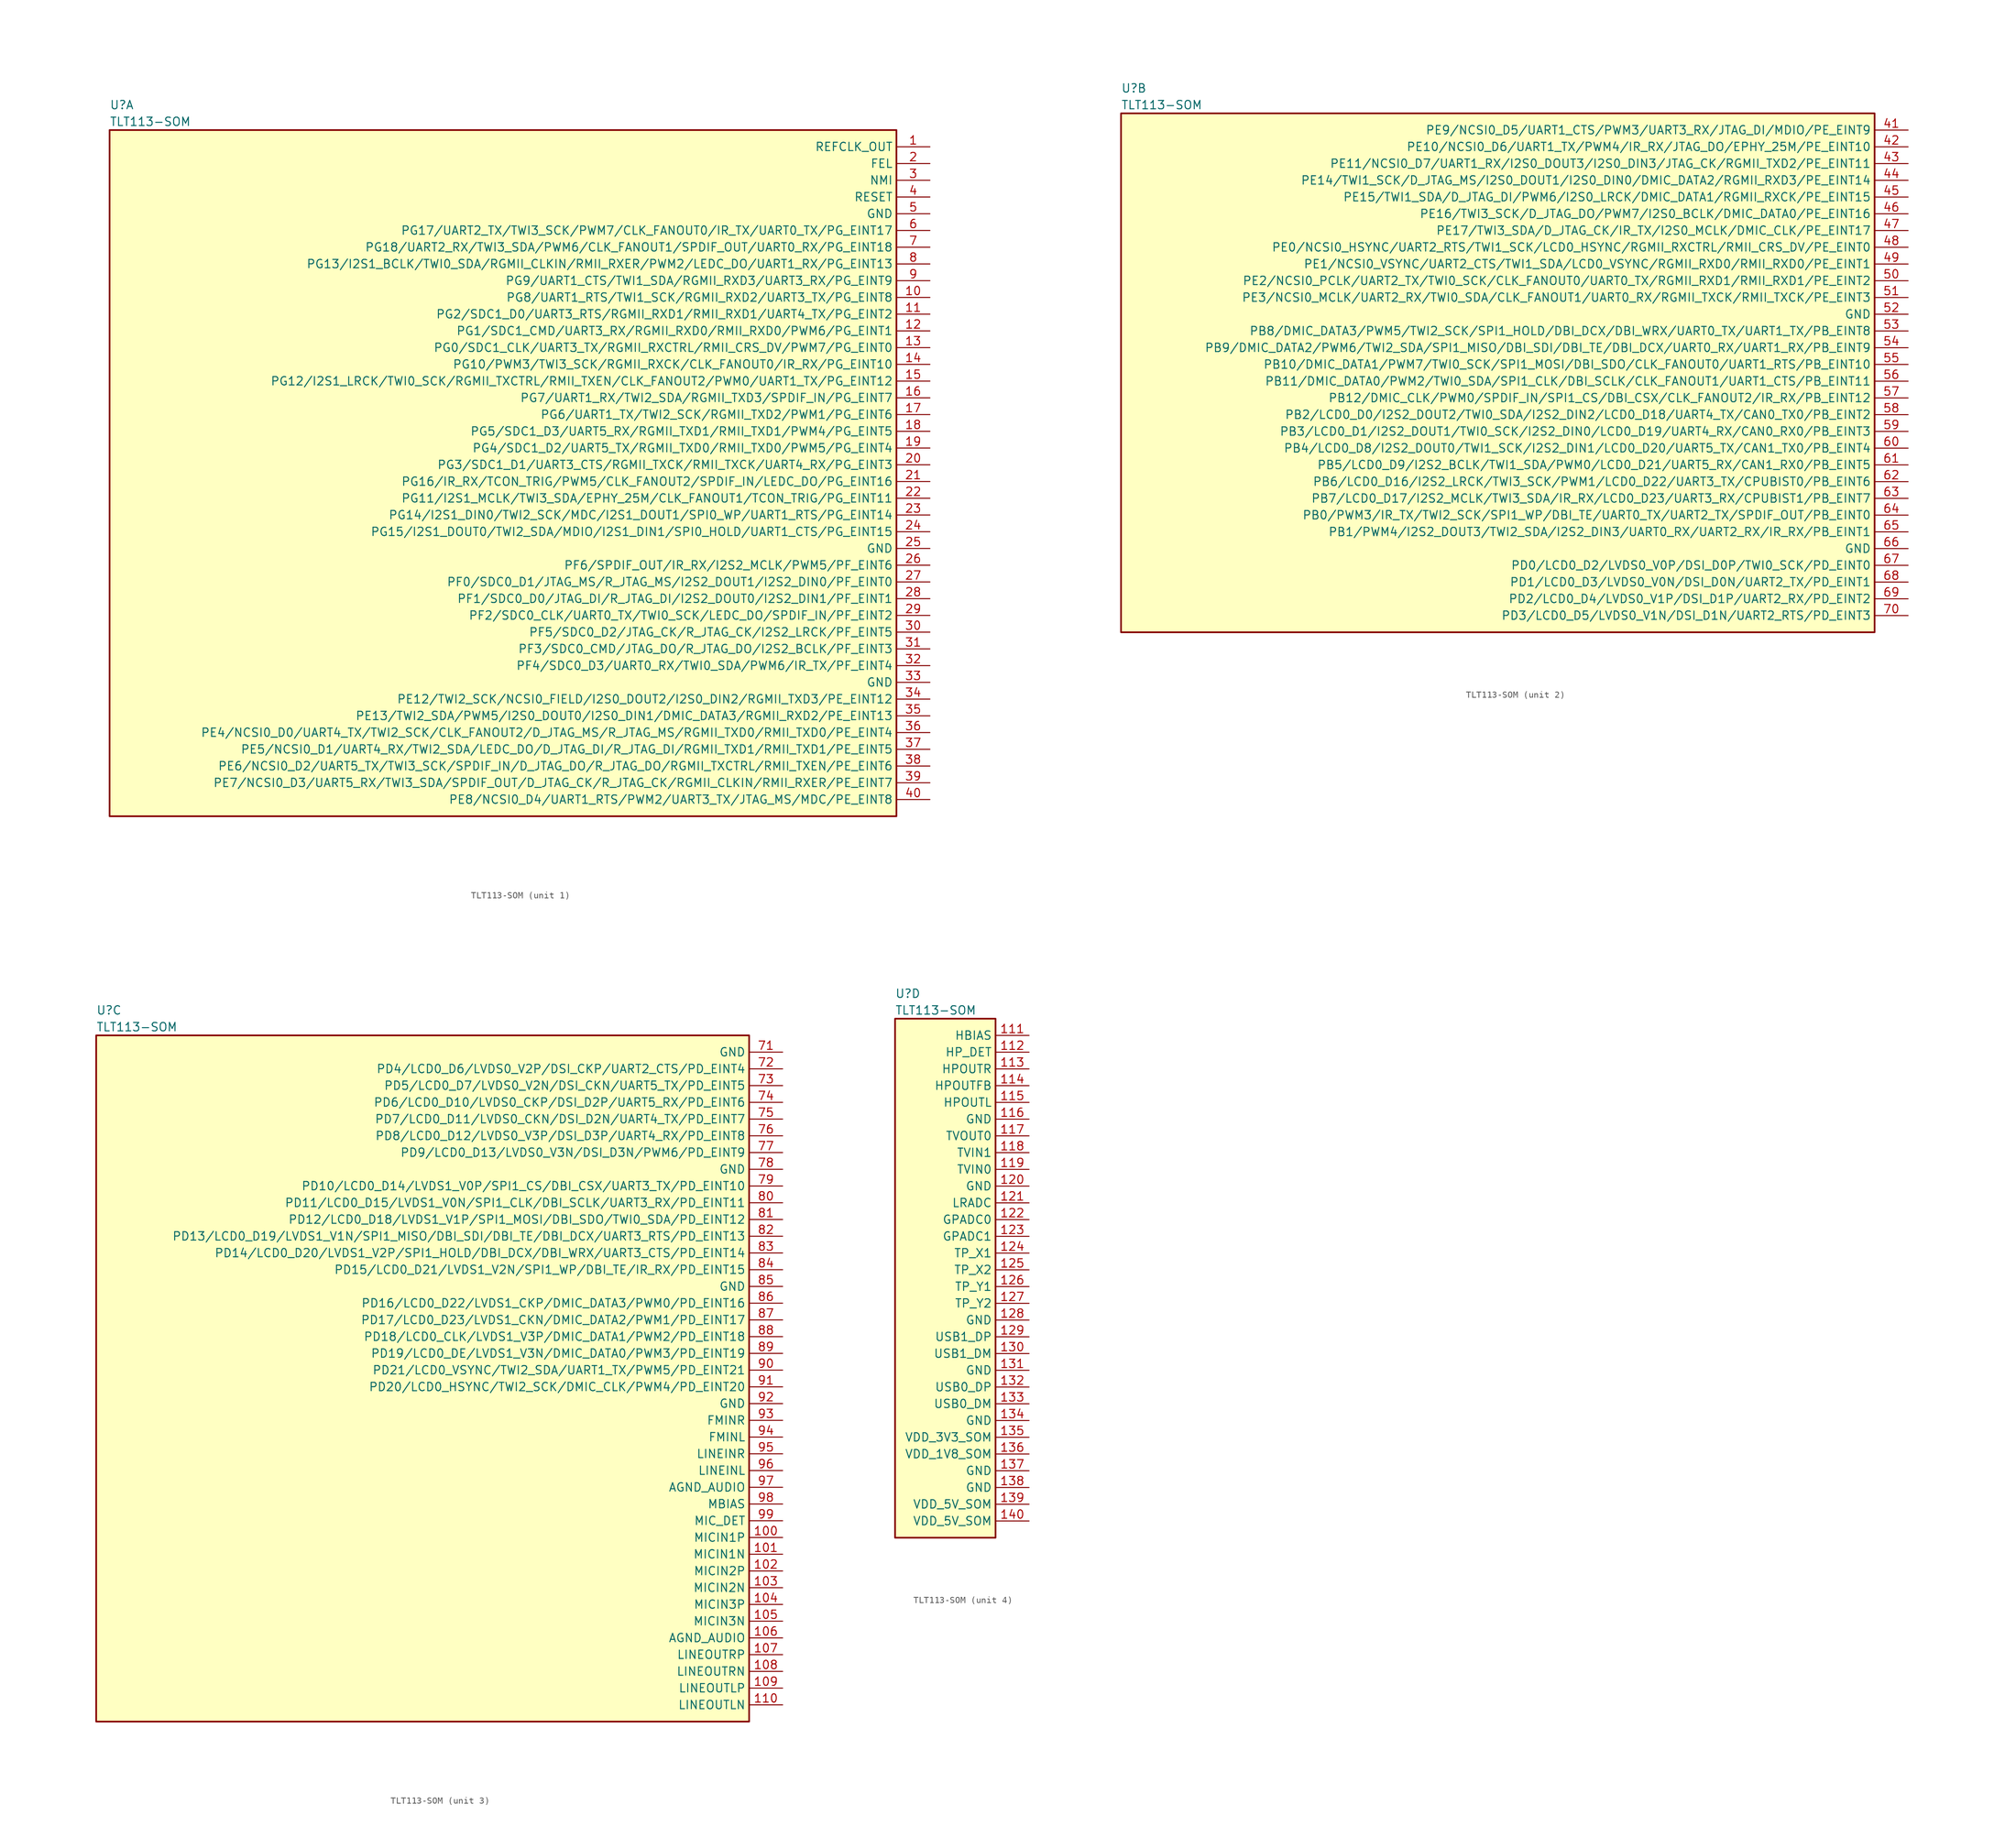
<source format=kicad_sym>
(kicad_symbol_lib
  (version 20220914)
  (generator kicad_symbol_editor)
  (symbol "TLT113-SOM"
    (property "Reference" "U"
      (at 5.08 6.35 0)
      (effects (font (size 1.27 1.27)) (justify left)))
    (property "Value" "TLT113-SOM"
      (at 5.08 3.81 0)
      (effects (font (size 1.27 1.27)) (justify left)))
    (property "ki_locked" ""
      (at 0 0 0)
      (effects (font (size 1.27 1.27))))
    (symbol "TLT113-SOM_1_1"
      (rectangle (start 5.08 2.54) (end 124.46 -101.6) (stroke (width 0.254) (type solid)) (fill (type background)))
      (pin output line (at 129.54 0 180) (length 5.08) (name "REFCLK_OUT" (effects (font (size 1.27 1.27)))) (number "1" (effects (font (size 1.27 1.27)))))
      (pin bidirectional line (at 129.54 -22.86 180) (length 5.08) (name "PG8/UART1_RTS/TWI1_SCK/RGMII_RXD2/UART3_TX/PG_EINT8" (effects (font (size 1.27 1.27)))) (number "10" (effects (font (size 1.27 1.27)))))
      (pin bidirectional line (at 129.54 -25.4 180) (length 5.08) (name "PG2/SDC1_D0/UART3_RTS/RGMII_RXD1/RMII_RXD1/UART4_TX/PG_EINT2" (effects (font (size 1.27 1.27)))) (number "11" (effects (font (size 1.27 1.27)))))
      (pin bidirectional line (at 129.54 -27.94 180) (length 5.08) (name "PG1/SDC1_CMD/UART3_RX/RGMII_RXD0/RMII_RXD0/PWM6/PG_EINT1" (effects (font (size 1.27 1.27)))) (number "12" (effects (font (size 1.27 1.27)))))
      (pin bidirectional line (at 129.54 -30.48 180) (length 5.08) (name "PG0/SDC1_CLK/UART3_TX/RGMII_RXCTRL/RMII_CRS_DV/PWM7/PG_EINT0" (effects (font (size 1.27 1.27)))) (number "13" (effects (font (size 1.27 1.27)))))
      (pin bidirectional line (at 129.54 -33.02 180) (length 5.08) (name "PG10/PWM3/TWI3_SCK/RGMII_RXCK/CLK_FANOUT0/IR_RX/PG_EINT10" (effects (font (size 1.27 1.27)))) (number "14" (effects (font (size 1.27 1.27)))))
      (pin bidirectional line (at 129.54 -35.56 180) (length 5.08) (name "PG12/I2S1_LRCK/TWI0_SCK/RGMII_TXCTRL/RMII_TXEN/CLK_FANOUT2/PWM0/UART1_TX/PG_EINT12" (effects (font (size 1.27 1.27)))) (number "15" (effects (font (size 1.27 1.27)))))
      (pin bidirectional line (at 129.54 -38.1 180) (length 5.08) (name "PG7/UART1_RX/TWI2_SDA/RGMII_TXD3/SPDIF_IN/PG_EINT7" (effects (font (size 1.27 1.27)))) (number "16" (effects (font (size 1.27 1.27)))))
      (pin bidirectional line (at 129.54 -40.64 180) (length 5.08) (name "PG6/UART1_TX/TWI2_SCK/RGMII_TXD2/PWM1/PG_EINT6" (effects (font (size 1.27 1.27)))) (number "17" (effects (font (size 1.27 1.27)))))
      (pin bidirectional line (at 129.54 -43.18 180) (length 5.08) (name "PG5/SDC1_D3/UART5_RX/RGMII_TXD1/RMII_TXD1/PWM4/PG_EINT5" (effects (font (size 1.27 1.27)))) (number "18" (effects (font (size 1.27 1.27)))))
      (pin bidirectional line (at 129.54 -45.72 180) (length 5.08) (name "PG4/SDC1_D2/UART5_TX/RGMII_TXD0/RMII_TXD0/PWM5/PG_EINT4" (effects (font (size 1.27 1.27)))) (number "19" (effects (font (size 1.27 1.27)))))
      (pin input line (at 129.54 -2.54 180) (length 5.08) (name "FEL" (effects (font (size 1.27 1.27)))) (number "2" (effects (font (size 1.27 1.27)))))
      (pin bidirectional line (at 129.54 -48.26 180) (length 5.08) (name "PG3/SDC1_D1/UART3_CTS/RGMII_TXCK/RMII_TXCK/UART4_RX/PG_EINT3" (effects (font (size 1.27 1.27)))) (number "20" (effects (font (size 1.27 1.27)))))
      (pin bidirectional line (at 129.54 -50.8 180) (length 5.08) (name "PG16/IR_RX/TCON_TRIG/PWM5/CLK_FANOUT2/SPDIF_IN/LEDC_DO/PG_EINT16" (effects (font (size 1.27 1.27)))) (number "21" (effects (font (size 1.27 1.27)))))
      (pin bidirectional line (at 129.54 -53.34 180) (length 5.08) (name "PG11/I2S1_MCLK/TWI3_SDA/EPHY_25M/CLK_FANOUT1/TCON_TRIG/PG_EINT11" (effects (font (size 1.27 1.27)))) (number "22" (effects (font (size 1.27 1.27)))))
      (pin bidirectional line (at 129.54 -55.88 180) (length 5.08) (name "PG14/I2S1_DIN0/TWI2_SCK/MDC/I2S1_DOUT1/SPI0_WP/UART1_RTS/PG_EINT14" (effects (font (size 1.27 1.27)))) (number "23" (effects (font (size 1.27 1.27)))))
      (pin bidirectional line (at 129.54 -58.42 180) (length 5.08) (name "PG15/I2S1_DOUT0/TWI2_SDA/MDIO/I2S1_DIN1/SPI0_HOLD/UART1_CTS/PG_EINT15" (effects (font (size 1.27 1.27)))) (number "24" (effects (font (size 1.27 1.27)))))
      (pin power_in line (at 129.54 -60.96 180) (length 5.08) (name "GND" (effects (font (size 1.27 1.27)))) (number "25" (effects (font (size 1.27 1.27)))))
      (pin bidirectional line (at 129.54 -63.5 180) (length 5.08) (name "PF6/SPDIF_OUT/IR_RX/I2S2_MCLK/PWM5/PF_EINT6" (effects (font (size 1.27 1.27)))) (number "26" (effects (font (size 1.27 1.27)))))
      (pin bidirectional line (at 129.54 -66.04 180) (length 5.08) (name "PF0/SDC0_D1/JTAG_MS/R_JTAG_MS/I2S2_DOUT1/I2S2_DIN0/PF_EINT0" (effects (font (size 1.27 1.27)))) (number "27" (effects (font (size 1.27 1.27)))))
      (pin bidirectional line (at 129.54 -68.58 180) (length 5.08) (name "PF1/SDC0_D0/JTAG_DI/R_JTAG_DI/I2S2_DOUT0/I2S2_DIN1/PF_EINT1" (effects (font (size 1.27 1.27)))) (number "28" (effects (font (size 1.27 1.27)))))
      (pin bidirectional line (at 129.54 -71.12 180) (length 5.08) (name "PF2/SDC0_CLK/UART0_TX/TWI0_SCK/LEDC_DO/SPDIF_IN/PF_EINT2" (effects (font (size 1.27 1.27)))) (number "29" (effects (font (size 1.27 1.27)))))
      (pin input line (at 129.54 -5.08 180) (length 5.08) (name "NMI" (effects (font (size 1.27 1.27)))) (number "3" (effects (font (size 1.27 1.27)))))
      (pin bidirectional line (at 129.54 -73.66 180) (length 5.08) (name "PF5/SDC0_D2/JTAG_CK/R_JTAG_CK/I2S2_LRCK/PF_EINT5" (effects (font (size 1.27 1.27)))) (number "30" (effects (font (size 1.27 1.27)))))
      (pin bidirectional line (at 129.54 -76.2 180) (length 5.08) (name "PF3/SDC0_CMD/JTAG_DO/R_JTAG_DO/I2S2_BCLK/PF_EINT3" (effects (font (size 1.27 1.27)))) (number "31" (effects (font (size 1.27 1.27)))))
      (pin bidirectional line (at 129.54 -78.74 180) (length 5.08) (name "PF4/SDC0_D3/UART0_RX/TWI0_SDA/PWM6/IR_TX/PF_EINT4" (effects (font (size 1.27 1.27)))) (number "32" (effects (font (size 1.27 1.27)))))
      (pin power_in line (at 129.54 -81.28 180) (length 5.08) (name "GND" (effects (font (size 1.27 1.27)))) (number "33" (effects (font (size 1.27 1.27)))))
      (pin bidirectional line (at 129.54 -83.82 180) (length 5.08) (name "PE12/TWI2_SCK/NCSI0_FIELD/I2S0_DOUT2/I2S0_DIN2/RGMII_TXD3/PE_EINT12" (effects (font (size 1.27 1.27)))) (number "34" (effects (font (size 1.27 1.27)))))
      (pin bidirectional line (at 129.54 -86.36 180) (length 5.08) (name "PE13/TWI2_SDA/PWM5/I2S0_DOUT0/I2S0_DIN1/DMIC_DATA3/RGMII_RXD2/PE_EINT13" (effects (font (size 1.27 1.27)))) (number "35" (effects (font (size 1.27 1.27)))))
      (pin bidirectional line (at 129.54 -88.9 180) (length 5.08) (name "PE4/NCSI0_D0/UART4_TX/TWI2_SCK/CLK_FANOUT2/D_JTAG_MS/R_JTAG_MS/RGMII_TXD0/RMII_TXD0/PE_EINT4" (effects (font (size 1.27 1.27)))) (number "36" (effects (font (size 1.27 1.27)))))
      (pin bidirectional line (at 129.54 -91.44 180) (length 5.08) (name "PE5/NCSI0_D1/UART4_RX/TWI2_SDA/LEDC_DO/D_JTAG_DI/R_JTAG_DI/RGMII_TXD1/RMII_TXD1/PE_EINT5" (effects (font (size 1.27 1.27)))) (number "37" (effects (font (size 1.27 1.27)))))
      (pin bidirectional line (at 129.54 -93.98 180) (length 5.08) (name "PE6/NCSI0_D2/UART5_TX/TWI3_SCK/SPDIF_IN/D_JTAG_DO/R_JTAG_DO/RGMII_TXCTRL/RMII_TXEN/PE_EINT6" (effects (font (size 1.27 1.27)))) (number "38" (effects (font (size 1.27 1.27)))))
      (pin bidirectional line (at 129.54 -96.52 180) (length 5.08) (name "PE7/NCSI0_D3/UART5_RX/TWI3_SDA/SPDIF_OUT/D_JTAG_CK/R_JTAG_CK/RGMII_CLKIN/RMII_RXER/PE_EINT7" (effects (font (size 1.27 1.27)))) (number "39" (effects (font (size 1.27 1.27)))))
      (pin input line (at 129.54 -7.62 180) (length 5.08) (name "RESET" (effects (font (size 1.27 1.27)))) (number "4" (effects (font (size 1.27 1.27)))))
      (pin bidirectional line (at 129.54 -99.06 180) (length 5.08) (name "PE8/NCSI0_D4/UART1_RTS/PWM2/UART3_TX/JTAG_MS/MDC/PE_EINT8" (effects (font (size 1.27 1.27)))) (number "40" (effects (font (size 1.27 1.27)))))
      (pin power_in line (at 129.54 -10.16 180) (length 5.08) (name "GND" (effects (font (size 1.27 1.27)))) (number "5" (effects (font (size 1.27 1.27)))))
      (pin bidirectional line (at 129.54 -12.7 180) (length 5.08) (name "PG17/UART2_TX/TWI3_SCK/PWM7/CLK_FANOUT0/IR_TX/UART0_TX/PG_EINT17" (effects (font (size 1.27 1.27)))) (number "6" (effects (font (size 1.27 1.27)))))
      (pin bidirectional line (at 129.54 -15.24 180) (length 5.08) (name "PG18/UART2_RX/TWI3_SDA/PWM6/CLK_FANOUT1/SPDIF_OUT/UART0_RX/PG_EINT18" (effects (font (size 1.27 1.27)))) (number "7" (effects (font (size 1.27 1.27)))))
      (pin bidirectional line (at 129.54 -17.78 180) (length 5.08) (name "PG13/I2S1_BCLK/TWI0_SDA/RGMII_CLKIN/RMII_RXER/PWM2/LEDC_DO/UART1_RX/PG_EINT13" (effects (font (size 1.27 1.27)))) (number "8" (effects (font (size 1.27 1.27)))))
      (pin bidirectional line (at 129.54 -20.32 180) (length 5.08) (name "PG9/UART1_CTS/TWI1_SDA/RGMII_RXD3/UART3_RX/PG_EINT9" (effects (font (size 1.27 1.27)))) (number "9" (effects (font (size 1.27 1.27))))))
    (symbol "TLT113-SOM_2_1"
      (rectangle (start 5.08 2.54) (end 119.38 -76.2) (stroke (width 0.254) (type solid)) (fill (type background)))
      (pin bidirectional line (at 124.46 0 180) (length 5.08) (name "PE9/NCSI0_D5/UART1_CTS/PWM3/UART3_RX/JTAG_DI/MDIO/PE_EINT9" (effects (font (size 1.27 1.27)))) (number "41" (effects (font (size 1.27 1.27)))))
      (pin bidirectional line (at 124.46 -2.54 180) (length 5.08) (name "PE10/NCSI0_D6/UART1_TX/PWM4/IR_RX/JTAG_DO/EPHY_25M/PE_EINT10" (effects (font (size 1.27 1.27)))) (number "42" (effects (font (size 1.27 1.27)))))
      (pin bidirectional line (at 124.46 -5.08 180) (length 5.08) (name "PE11/NCSI0_D7/UART1_RX/I2S0_DOUT3/I2S0_DIN3/JTAG_CK/RGMII_TXD2/PE_EINT11" (effects (font (size 1.27 1.27)))) (number "43" (effects (font (size 1.27 1.27)))))
      (pin bidirectional line (at 124.46 -7.62 180) (length 5.08) (name "PE14/TWI1_SCK/D_JTAG_MS/I2S0_DOUT1/I2S0_DIN0/DMIC_DATA2/RGMII_RXD3/PE_EINT14" (effects (font (size 1.27 1.27)))) (number "44" (effects (font (size 1.27 1.27)))))
      (pin bidirectional line (at 124.46 -10.16 180) (length 5.08) (name "PE15/TWI1_SDA/D_JTAG_DI/PWM6/I2S0_LRCK/DMIC_DATA1/RGMII_RXCK/PE_EINT15" (effects (font (size 1.27 1.27)))) (number "45" (effects (font (size 1.27 1.27)))))
      (pin bidirectional line (at 124.46 -12.7 180) (length 5.08) (name "PE16/TWI3_SCK/D_JTAG_DO/PWM7/I2S0_BCLK/DMIC_DATA0/PE_EINT16" (effects (font (size 1.27 1.27)))) (number "46" (effects (font (size 1.27 1.27)))))
      (pin bidirectional line (at 124.46 -15.24 180) (length 5.08) (name "PE17/TWI3_SDA/D_JTAG_CK/IR_TX/I2S0_MCLK/DMIC_CLK/PE_EINT17" (effects (font (size 1.27 1.27)))) (number "47" (effects (font (size 1.27 1.27)))))
      (pin bidirectional line (at 124.46 -17.78 180) (length 5.08) (name "PE0/NCSI0_HSYNC/UART2_RTS/TWI1_SCK/LCD0_HSYNC/RGMII_RXCTRL/RMII_CRS_DV/PE_EINT0" (effects (font (size 1.27 1.27)))) (number "48" (effects (font (size 1.27 1.27)))))
      (pin bidirectional line (at 124.46 -20.32 180) (length 5.08) (name "PE1/NCSI0_VSYNC/UART2_CTS/TWI1_SDA/LCD0_VSYNC/RGMII_RXD0/RMII_RXD0/PE_EINT1" (effects (font (size 1.27 1.27)))) (number "49" (effects (font (size 1.27 1.27)))))
      (pin bidirectional line (at 124.46 -22.86 180) (length 5.08) (name "PE2/NCSI0_PCLK/UART2_TX/TWI0_SCK/CLK_FANOUT0/UART0_TX/RGMII_RXD1/RMII_RXD1/PE_EINT2" (effects (font (size 1.27 1.27)))) (number "50" (effects (font (size 1.27 1.27)))))
      (pin bidirectional line (at 124.46 -25.4 180) (length 5.08) (name "PE3/NCSI0_MCLK/UART2_RX/TWI0_SDA/CLK_FANOUT1/UART0_RX/RGMII_TXCK/RMII_TXCK/PE_EINT3" (effects (font (size 1.27 1.27)))) (number "51" (effects (font (size 1.27 1.27)))))
      (pin power_in line (at 124.46 -27.94 180) (length 5.08) (name "GND" (effects (font (size 1.27 1.27)))) (number "52" (effects (font (size 1.27 1.27)))))
      (pin bidirectional line (at 124.46 -30.48 180) (length 5.08) (name "PB8/DMIC_DATA3/PWM5/TWI2_SCK/SPI1_HOLD/DBI_DCX/DBI_WRX/UART0_TX/UART1_TX/PB_EINT8" (effects (font (size 1.27 1.27)))) (number "53" (effects (font (size 1.27 1.27)))))
      (pin bidirectional line (at 124.46 -33.02 180) (length 5.08) (name "PB9/DMIC_DATA2/PWM6/TWI2_SDA/SPI1_MISO/DBI_SDI/DBI_TE/DBI_DCX/UART0_RX/UART1_RX/PB_EINT9" (effects (font (size 1.27 1.27)))) (number "54" (effects (font (size 1.27 1.27)))))
      (pin bidirectional line (at 124.46 -35.56 180) (length 5.08) (name "PB10/DMIC_DATA1/PWM7/TWI0_SCK/SPI1_MOSI/DBI_SDO/CLK_FANOUT0/UART1_RTS/PB_EINT10" (effects (font (size 1.27 1.27)))) (number "55" (effects (font (size 1.27 1.27)))))
      (pin bidirectional line (at 124.46 -38.1 180) (length 5.08) (name "PB11/DMIC_DATA0/PWM2/TWI0_SDA/SPI1_CLK/DBI_SCLK/CLK_FANOUT1/UART1_CTS/PB_EINT11" (effects (font (size 1.27 1.27)))) (number "56" (effects (font (size 1.27 1.27)))))
      (pin power_in line (at 124.46 -40.64 180) (length 5.08) (name "PB12/DMIC_CLK/PWM0/SPDIF_IN/SPI1_CS/DBI_CSX/CLK_FANOUT2/IR_RX/PB_EINT12" (effects (font (size 1.27 1.27)))) (number "57" (effects (font (size 1.27 1.27)))))
      (pin power_in line (at 124.46 -43.18 180) (length 5.08) (name "PB2/LCD0_D0/I2S2_DOUT2/TWI0_SDA/I2S2_DIN2/LCD0_D18/UART4_TX/CAN0_TX0/PB_EINT2" (effects (font (size 1.27 1.27)))) (number "58" (effects (font (size 1.27 1.27)))))
      (pin bidirectional line (at 124.46 -45.72 180) (length 5.08) (name "PB3/LCD0_D1/I2S2_DOUT1/TWI0_SCK/I2S2_DIN0/LCD0_D19/UART4_RX/CAN0_RX0/PB_EINT3" (effects (font (size 1.27 1.27)))) (number "59" (effects (font (size 1.27 1.27)))))
      (pin bidirectional line (at 124.46 -48.26 180) (length 5.08) (name "PB4/LCD0_D8/I2S2_DOUT0/TWI1_SCK/I2S2_DIN1/LCD0_D20/UART5_TX/CAN1_TX0/PB_EINT4" (effects (font (size 1.27 1.27)))) (number "60" (effects (font (size 1.27 1.27)))))
      (pin bidirectional line (at 124.46 -50.8 180) (length 5.08) (name "PB5/LCD0_D9/I2S2_BCLK/TWI1_SDA/PWM0/LCD0_D21/UART5_RX/CAN1_RX0/PB_EINT5" (effects (font (size 1.27 1.27)))) (number "61" (effects (font (size 1.27 1.27)))))
      (pin bidirectional line (at 124.46 -53.34 180) (length 5.08) (name "PB6/LCD0_D16/I2S2_LRCK/TWI3_SCK/PWM1/LCD0_D22/UART3_TX/CPUBIST0/PB_EINT6" (effects (font (size 1.27 1.27)))) (number "62" (effects (font (size 1.27 1.27)))))
      (pin bidirectional line (at 124.46 -55.88 180) (length 5.08) (name "PB7/LCD0_D17/I2S2_MCLK/TWI3_SDA/IR_RX/LCD0_D23/UART3_RX/CPUBIST1/PB_EINT7" (effects (font (size 1.27 1.27)))) (number "63" (effects (font (size 1.27 1.27)))))
      (pin bidirectional line (at 124.46 -58.42 180) (length 5.08) (name "PB0/PWM3/IR_TX/TWI2_SCK/SPI1_WP/DBI_TE/UART0_TX/UART2_TX/SPDIF_OUT/PB_EINT0" (effects (font (size 1.27 1.27)))) (number "64" (effects (font (size 1.27 1.27)))))
      (pin bidirectional line (at 124.46 -60.96 180) (length 5.08) (name "PB1/PWM4/I2S2_DOUT3/TWI2_SDA/I2S2_DIN3/UART0_RX/UART2_RX/IR_RX/PB_EINT1" (effects (font (size 1.27 1.27)))) (number "65" (effects (font (size 1.27 1.27)))))
      (pin power_in line (at 124.46 -63.5 180) (length 5.08) (name "GND" (effects (font (size 1.27 1.27)))) (number "66" (effects (font (size 1.27 1.27)))))
      (pin bidirectional line (at 124.46 -66.04 180) (length 5.08) (name "PD0/LCD0_D2/LVDS0_V0P/DSI_D0P/TWI0_SCK/PD_EINT0" (effects (font (size 1.27 1.27)))) (number "67" (effects (font (size 1.27 1.27)))))
      (pin bidirectional line (at 124.46 -68.58 180) (length 5.08) (name "PD1/LCD0_D3/LVDS0_V0N/DSI_D0N/UART2_TX/PD_EINT1" (effects (font (size 1.27 1.27)))) (number "68" (effects (font (size 1.27 1.27)))))
      (pin bidirectional line (at 124.46 -71.12 180) (length 5.08) (name "PD2/LCD0_D4/LVDS0_V1P/DSI_D1P/UART2_RX/PD_EINT2" (effects (font (size 1.27 1.27)))) (number "69" (effects (font (size 1.27 1.27)))))
      (pin bidirectional line (at 124.46 -73.66 180) (length 5.08) (name "PD3/LCD0_D5/LVDS0_V1N/DSI_D1N/UART2_RTS/PD_EINT3" (effects (font (size 1.27 1.27)))) (number "70" (effects (font (size 1.27 1.27))))))
    (symbol "TLT113-SOM_3_1"
      (rectangle (start 5.08 2.54) (end 104.14 -101.6) (stroke (width 0.254) (type solid)) (fill (type background)))
      (pin input line (at 109.22 -73.66 180) (length 5.08) (name "MICIN1P" (effects (font (size 1.27 1.27)))) (number "100" (effects (font (size 1.27 1.27)))))
      (pin input line (at 109.22 -76.2 180) (length 5.08) (name "MICIN1N" (effects (font (size 1.27 1.27)))) (number "101" (effects (font (size 1.27 1.27)))))
      (pin input line (at 109.22 -78.74 180) (length 5.08) (name "MICIN2P" (effects (font (size 1.27 1.27)))) (number "102" (effects (font (size 1.27 1.27)))))
      (pin input line (at 109.22 -81.28 180) (length 5.08) (name "MICIN2N" (effects (font (size 1.27 1.27)))) (number "103" (effects (font (size 1.27 1.27)))))
      (pin input line (at 109.22 -83.82 180) (length 5.08) (name "MICIN3P" (effects (font (size 1.27 1.27)))) (number "104" (effects (font (size 1.27 1.27)))))
      (pin input line (at 109.22 -86.36 180) (length 5.08) (name "MICIN3N" (effects (font (size 1.27 1.27)))) (number "105" (effects (font (size 1.27 1.27)))))
      (pin power_in line (at 109.22 -88.9 180) (length 5.08) (name "AGND_AUDIO" (effects (font (size 1.27 1.27)))) (number "106" (effects (font (size 1.27 1.27)))))
      (pin output line (at 109.22 -91.44 180) (length 5.08) (name "LINEOUTRP" (effects (font (size 1.27 1.27)))) (number "107" (effects (font (size 1.27 1.27)))))
      (pin output line (at 109.22 -93.98 180) (length 5.08) (name "LINEOUTRN" (effects (font (size 1.27 1.27)))) (number "108" (effects (font (size 1.27 1.27)))))
      (pin output line (at 109.22 -96.52 180) (length 5.08) (name "LINEOUTLP" (effects (font (size 1.27 1.27)))) (number "109" (effects (font (size 1.27 1.27)))))
      (pin output line (at 109.22 -99.06 180) (length 5.08) (name "LINEOUTLN" (effects (font (size 1.27 1.27)))) (number "110" (effects (font (size 1.27 1.27)))))
      (pin power_in line (at 109.22 0 180) (length 5.08) (name "GND" (effects (font (size 1.27 1.27)))) (number "71" (effects (font (size 1.27 1.27)))))
      (pin bidirectional line (at 109.22 -2.54 180) (length 5.08) (name "PD4/LCD0_D6/LVDS0_V2P/DSI_CKP/UART2_CTS/PD_EINT4" (effects (font (size 1.27 1.27)))) (number "72" (effects (font (size 1.27 1.27)))))
      (pin bidirectional line (at 109.22 -5.08 180) (length 5.08) (name "PD5/LCD0_D7/LVDS0_V2N/DSI_CKN/UART5_TX/PD_EINT5" (effects (font (size 1.27 1.27)))) (number "73" (effects (font (size 1.27 1.27)))))
      (pin bidirectional line (at 109.22 -7.62 180) (length 5.08) (name "PD6/LCD0_D10/LVDS0_CKP/DSI_D2P/UART5_RX/PD_EINT6" (effects (font (size 1.27 1.27)))) (number "74" (effects (font (size 1.27 1.27)))))
      (pin bidirectional line (at 109.22 -10.16 180) (length 5.08) (name "PD7/LCD0_D11/LVDS0_CKN/DSI_D2N/UART4_TX/PD_EINT7" (effects (font (size 1.27 1.27)))) (number "75" (effects (font (size 1.27 1.27)))))
      (pin bidirectional line (at 109.22 -12.7 180) (length 5.08) (name "PD8/LCD0_D12/LVDS0_V3P/DSI_D3P/UART4_RX/PD_EINT8" (effects (font (size 1.27 1.27)))) (number "76" (effects (font (size 1.27 1.27)))))
      (pin bidirectional line (at 109.22 -15.24 180) (length 5.08) (name "PD9/LCD0_D13/LVDS0_V3N/DSI_D3N/PWM6/PD_EINT9" (effects (font (size 1.27 1.27)))) (number "77" (effects (font (size 1.27 1.27)))))
      (pin power_in line (at 109.22 -17.78 180) (length 5.08) (name "GND" (effects (font (size 1.27 1.27)))) (number "78" (effects (font (size 1.27 1.27)))))
      (pin bidirectional line (at 109.22 -20.32 180) (length 5.08) (name "PD10/LCD0_D14/LVDS1_V0P/SPI1_CS/DBI_CSX/UART3_TX/PD_EINT10" (effects (font (size 1.27 1.27)))) (number "79" (effects (font (size 1.27 1.27)))))
      (pin bidirectional line (at 109.22 -22.86 180) (length 5.08) (name "PD11/LCD0_D15/LVDS1_V0N/SPI1_CLK/DBI_SCLK/UART3_RX/PD_EINT11" (effects (font (size 1.27 1.27)))) (number "80" (effects (font (size 1.27 1.27)))))
      (pin bidirectional line (at 109.22 -25.4 180) (length 5.08) (name "PD12/LCD0_D18/LVDS1_V1P/SPI1_MOSI/DBI_SDO/TWI0_SDA/PD_EINT12" (effects (font (size 1.27 1.27)))) (number "81" (effects (font (size 1.27 1.27)))))
      (pin bidirectional line (at 109.22 -27.94 180) (length 5.08) (name "PD13/LCD0_D19/LVDS1_V1N/SPI1_MISO/DBI_SDI/DBI_TE/DBI_DCX/UART3_RTS/PD_EINT13" (effects (font (size 1.27 1.27)))) (number "82" (effects (font (size 1.27 1.27)))))
      (pin bidirectional line (at 109.22 -30.48 180) (length 5.08) (name "PD14/LCD0_D20/LVDS1_V2P/SPI1_HOLD/DBI_DCX/DBI_WRX/UART3_CTS/PD_EINT14" (effects (font (size 1.27 1.27)))) (number "83" (effects (font (size 1.27 1.27)))))
      (pin bidirectional line (at 109.22 -33.02 180) (length 5.08) (name "PD15/LCD0_D21/LVDS1_V2N/SPI1_WP/DBI_TE/IR_RX/PD_EINT15" (effects (font (size 1.27 1.27)))) (number "84" (effects (font (size 1.27 1.27)))))
      (pin power_in line (at 109.22 -35.56 180) (length 5.08) (name "GND" (effects (font (size 1.27 1.27)))) (number "85" (effects (font (size 1.27 1.27)))))
      (pin bidirectional line (at 109.22 -38.1 180) (length 5.08) (name "PD16/LCD0_D22/LVDS1_CKP/DMIC_DATA3/PWM0/PD_EINT16" (effects (font (size 1.27 1.27)))) (number "86" (effects (font (size 1.27 1.27)))))
      (pin bidirectional line (at 109.22 -40.64 180) (length 5.08) (name "PD17/LCD0_D23/LVDS1_CKN/DMIC_DATA2/PWM1/PD_EINT17" (effects (font (size 1.27 1.27)))) (number "87" (effects (font (size 1.27 1.27)))))
      (pin bidirectional line (at 109.22 -43.18 180) (length 5.08) (name "PD18/LCD0_CLK/LVDS1_V3P/DMIC_DATA1/PWM2/PD_EINT18" (effects (font (size 1.27 1.27)))) (number "88" (effects (font (size 1.27 1.27)))))
      (pin bidirectional line (at 109.22 -45.72 180) (length 5.08) (name "PD19/LCD0_DE/LVDS1_V3N/DMIC_DATA0/PWM3/PD_EINT19" (effects (font (size 1.27 1.27)))) (number "89" (effects (font (size 1.27 1.27)))))
      (pin bidirectional line (at 109.22 -48.26 180) (length 5.08) (name "PD21/LCD0_VSYNC/TWI2_SDA/UART1_TX/PWM5/PD_EINT21" (effects (font (size 1.27 1.27)))) (number "90" (effects (font (size 1.27 1.27)))))
      (pin bidirectional line (at 109.22 -50.8 180) (length 5.08) (name "PD20/LCD0_HSYNC/TWI2_SCK/DMIC_CLK/PWM4/PD_EINT20" (effects (font (size 1.27 1.27)))) (number "91" (effects (font (size 1.27 1.27)))))
      (pin power_in line (at 109.22 -53.34 180) (length 5.08) (name "GND" (effects (font (size 1.27 1.27)))) (number "92" (effects (font (size 1.27 1.27)))))
      (pin input line (at 109.22 -55.88 180) (length 5.08) (name "FMINR" (effects (font (size 1.27 1.27)))) (number "93" (effects (font (size 1.27 1.27)))))
      (pin input line (at 109.22 -58.42 180) (length 5.08) (name "FMINL" (effects (font (size 1.27 1.27)))) (number "94" (effects (font (size 1.27 1.27)))))
      (pin input line (at 109.22 -60.96 180) (length 5.08) (name "LINEINR" (effects (font (size 1.27 1.27)))) (number "95" (effects (font (size 1.27 1.27)))))
      (pin input line (at 109.22 -63.5 180) (length 5.08) (name "LINEINL" (effects (font (size 1.27 1.27)))) (number "96" (effects (font (size 1.27 1.27)))))
      (pin power_in line (at 109.22 -66.04 180) (length 5.08) (name "AGND_AUDIO" (effects (font (size 1.27 1.27)))) (number "97" (effects (font (size 1.27 1.27)))))
      (pin passive line (at 109.22 -68.58 180) (length 5.08) (name "MBIAS" (effects (font (size 1.27 1.27)))) (number "98" (effects (font (size 1.27 1.27)))))
      (pin input line (at 109.22 -71.12 180) (length 5.08) (name "MIC_DET" (effects (font (size 1.27 1.27)))) (number "99" (effects (font (size 1.27 1.27))))))
    (symbol "TLT113-SOM_4_1"
      (rectangle (start 5.08 2.54) (end 20.32 -76.2) (stroke (width 0.254) (type solid)) (fill (type background)))
      (pin input line (at 25.4 0 180) (length 5.08) (name "HBIAS" (effects (font (size 1.27 1.27)))) (number "111" (effects (font (size 1.27 1.27)))))
      (pin input line (at 25.4 -2.54 180) (length 5.08) (name "HP_DET" (effects (font (size 1.27 1.27)))) (number "112" (effects (font (size 1.27 1.27)))))
      (pin output line (at 25.4 -5.08 180) (length 5.08) (name "HPOUTR" (effects (font (size 1.27 1.27)))) (number "113" (effects (font (size 1.27 1.27)))))
      (pin output line (at 25.4 -7.62 180) (length 5.08) (name "HPOUTFB" (effects (font (size 1.27 1.27)))) (number "114" (effects (font (size 1.27 1.27)))))
      (pin output line (at 25.4 -10.16 180) (length 5.08) (name "HPOUTL" (effects (font (size 1.27 1.27)))) (number "115" (effects (font (size 1.27 1.27)))))
      (pin power_in line (at 25.4 -12.7 180) (length 5.08) (name "GND" (effects (font (size 1.27 1.27)))) (number "116" (effects (font (size 1.27 1.27)))))
      (pin output line (at 25.4 -15.24 180) (length 5.08) (name "TVOUT0" (effects (font (size 1.27 1.27)))) (number "117" (effects (font (size 1.27 1.27)))))
      (pin input line (at 25.4 -17.78 180) (length 5.08) (name "TVIN1" (effects (font (size 1.27 1.27)))) (number "118" (effects (font (size 1.27 1.27)))))
      (pin input line (at 25.4 -20.32 180) (length 5.08) (name "TVIN0" (effects (font (size 1.27 1.27)))) (number "119" (effects (font (size 1.27 1.27)))))
      (pin power_in line (at 25.4 -22.86 180) (length 5.08) (name "GND" (effects (font (size 1.27 1.27)))) (number "120" (effects (font (size 1.27 1.27)))))
      (pin input line (at 25.4 -25.4 180) (length 5.08) (name "LRADC" (effects (font (size 1.27 1.27)))) (number "121" (effects (font (size 1.27 1.27)))))
      (pin input line (at 25.4 -27.94 180) (length 5.08) (name "GPADC0" (effects (font (size 1.27 1.27)))) (number "122" (effects (font (size 1.27 1.27)))))
      (pin input line (at 25.4 -30.48 180) (length 5.08) (name "GPADC1" (effects (font (size 1.27 1.27)))) (number "123" (effects (font (size 1.27 1.27)))))
      (pin passive line (at 25.4 -33.02 180) (length 5.08) (name "TP_X1" (effects (font (size 1.27 1.27)))) (number "124" (effects (font (size 1.27 1.27)))))
      (pin passive line (at 25.4 -35.56 180) (length 5.08) (name "TP_X2" (effects (font (size 1.27 1.27)))) (number "125" (effects (font (size 1.27 1.27)))))
      (pin passive line (at 25.4 -38.1 180) (length 5.08) (name "TP_Y1" (effects (font (size 1.27 1.27)))) (number "126" (effects (font (size 1.27 1.27)))))
      (pin passive line (at 25.4 -40.64 180) (length 5.08) (name "TP_Y2" (effects (font (size 1.27 1.27)))) (number "127" (effects (font (size 1.27 1.27)))))
      (pin power_in line (at 25.4 -43.18 180) (length 5.08) (name "GND" (effects (font (size 1.27 1.27)))) (number "128" (effects (font (size 1.27 1.27)))))
      (pin bidirectional line (at 25.4 -45.72 180) (length 5.08) (name "USB1_DP" (effects (font (size 1.27 1.27)))) (number "129" (effects (font (size 1.27 1.27)))))
      (pin bidirectional line (at 25.4 -48.26 180) (length 5.08) (name "USB1_DM" (effects (font (size 1.27 1.27)))) (number "130" (effects (font (size 1.27 1.27)))))
      (pin power_in line (at 25.4 -50.8 180) (length 5.08) (name "GND" (effects (font (size 1.27 1.27)))) (number "131" (effects (font (size 1.27 1.27)))))
      (pin bidirectional line (at 25.4 -53.34 180) (length 5.08) (name "USB0_DP" (effects (font (size 1.27 1.27)))) (number "132" (effects (font (size 1.27 1.27)))))
      (pin bidirectional line (at 25.4 -55.88 180) (length 5.08) (name "USB0_DM" (effects (font (size 1.27 1.27)))) (number "133" (effects (font (size 1.27 1.27)))))
      (pin power_in line (at 25.4 -58.42 180) (length 5.08) (name "GND" (effects (font (size 1.27 1.27)))) (number "134" (effects (font (size 1.27 1.27)))))
      (pin power_out line (at 25.4 -60.96 180) (length 5.08) (name "VDD_3V3_SOM" (effects (font (size 1.27 1.27)))) (number "135" (effects (font (size 1.27 1.27)))))
      (pin power_out line (at 25.4 -63.5 180) (length 5.08) (name "VDD_1V8_SOM" (effects (font (size 1.27 1.27)))) (number "136" (effects (font (size 1.27 1.27)))))
      (pin power_in line (at 25.4 -66.04 180) (length 5.08) (name "GND" (effects (font (size 1.27 1.27)))) (number "137" (effects (font (size 1.27 1.27)))))
      (pin power_in line (at 25.4 -68.58 180) (length 5.08) (name "GND" (effects (font (size 1.27 1.27)))) (number "138" (effects (font (size 1.27 1.27)))))
      (pin power_in line (at 25.4 -71.12 180) (length 5.08) (name "VDD_5V_SOM" (effects (font (size 1.27 1.27)))) (number "139" (effects (font (size 1.27 1.27)))))
      (pin power_in line (at 25.4 -73.66 180) (length 5.08) (name "VDD_5V_SOM" (effects (font (size 1.27 1.27)))) (number "140" (effects (font (size 1.27 1.27))))))))
</source>
